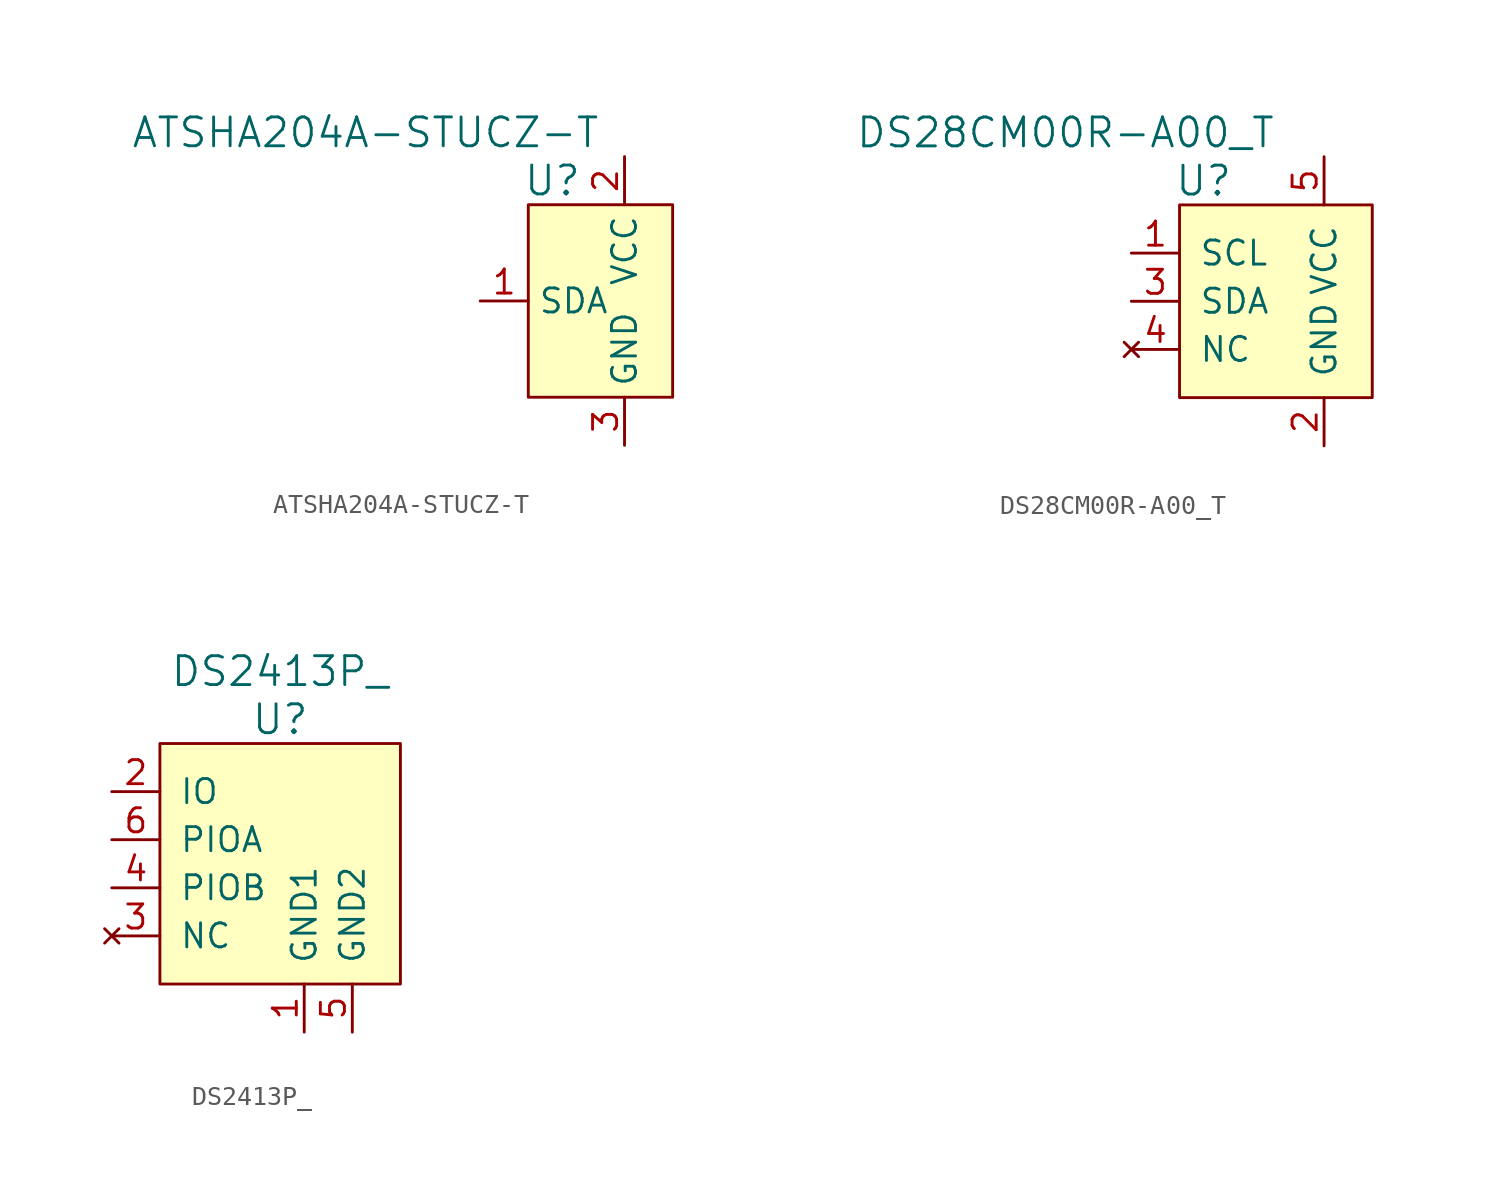
<source format=kicad_sym>
(kicad_symbol_lib
  (version 20211014)
  (generator kicad_symbol_editor)
  (symbol "ATSHA204A-STUCZ-T"
    (property "Reference" "U"
      (at -3.81 6.35 0)
      (effects (font (size 1.524 1.524))))
    (property "Value" "ATSHA204A-STUCZ-T"
      (at -1.27 8.89 0)
      (effects (font (size 1.524 1.524)) (justify right)))
    (symbol "ATSHA204A-STUCZ-T_1_1"
      (rectangle (start -5.08 5.08) (end 2.54 -5.08) (stroke (width 0) (type default) (color 0 0 0 0)) (fill (type background)))
      (pin bidirectional line (at -7.62 0 0) (length 2.54) (name "SDA" (effects (font (size 1.27 1.27)))) (number "1" (effects (font (size 1.27 1.27)))))
      (pin power_in line (at 0 7.62 270) (length 2.54) (name "VCC" (effects (font (size 1.27 1.27)))) (number "2" (effects (font (size 1.27 1.27)))))
      (pin power_in line (at 0 -7.62 90) (length 2.54) (name "GND" (effects (font (size 1.27 1.27)))) (number "3" (effects (font (size 1.27 1.27)))))))
  (symbol "DS28CM00R-A00_T"
    (pin_names
      (offset 1.016))
    (property "Reference" "U"
      (at -6.35 3.81 0)
      (effects (font (size 1.524 1.524))))
    (property "Value" "DS28CM00R-A00_T"
      (at -2.54 6.35 0)
      (effects (font (size 1.524 1.524)) (justify right)))
    (symbol "DS28CM00R-A00_T_0_1"
      (rectangle (start -7.62 2.54) (end 2.54 -7.62) (stroke (width 0) (type default) (color 0 0 0 0)) (fill (type background))))
    (symbol "DS28CM00R-A00_T_1_1"
      (pin input line (at -10.16 0 0) (length 2.54) (name "SCL" (effects (font (size 1.27 1.27)))) (number "1" (effects (font (size 1.27 1.27)))))
      (pin power_in line (at 0 -10.16 90) (length 2.54) (name "GND" (effects (font (size 1.27 1.27)))) (number "2" (effects (font (size 1.27 1.27)))))
      (pin bidirectional line (at -10.16 -2.54 0) (length 2.54) (name "SDA" (effects (font (size 1.27 1.27)))) (number "3" (effects (font (size 1.27 1.27)))))
      (pin no_connect line (at -10.16 -5.08 0) (length 2.54) (name "NC" (effects (font (size 1.27 1.27)))) (number "4" (effects (font (size 1.27 1.27)))))
      (pin power_in line (at 0 5.08 270) (length 2.54) (name "VCC" (effects (font (size 1.27 1.27)))) (number "5" (effects (font (size 1.27 1.27)))))))
  (symbol "DS2413P_"
    (pin_names
      (offset 1.016))
    (property "Reference" "U"
      (at 1.27 6.35 0)
      (effects (font (size 1.524 1.524))))
    (property "Value" "DS2413P_"
      (at 1.27 8.89 0)
      (effects (font (size 1.524 1.524))))
    (symbol "DS2413P__0_1"
      (rectangle (start -5.08 5.08) (end 7.62 -7.62) (stroke (width 0) (type default) (color 0 0 0 0)) (fill (type background))))
    (symbol "DS2413P__1_1"
      (pin power_in line (at 2.54 -10.16 90) (length 2.54) (name "GND1" (effects (font (size 1.27 1.27)))) (number "1" (effects (font (size 1.27 1.27)))))
      (pin bidirectional line (at -7.62 2.54 0) (length 2.54) (name "IO" (effects (font (size 1.27 1.27)))) (number "2" (effects (font (size 1.27 1.27)))))
      (pin no_connect line (at -7.62 -5.08 0) (length 2.54) (name "NC" (effects (font (size 1.27 1.27)))) (number "3" (effects (font (size 1.27 1.27)))))
      (pin bidirectional line (at -7.62 -2.54 0) (length 2.54) (name "PIOB" (effects (font (size 1.27 1.27)))) (number "4" (effects (font (size 1.27 1.27)))))
      (pin power_in line (at 5.08 -10.16 90) (length 2.54) (name "GND2" (effects (font (size 1.27 1.27)))) (number "5" (effects (font (size 1.27 1.27)))))
      (pin bidirectional line (at -7.62 0 0) (length 2.54) (name "PIOA" (effects (font (size 1.27 1.27)))) (number "6" (effects (font (size 1.27 1.27))))))))
</source>
